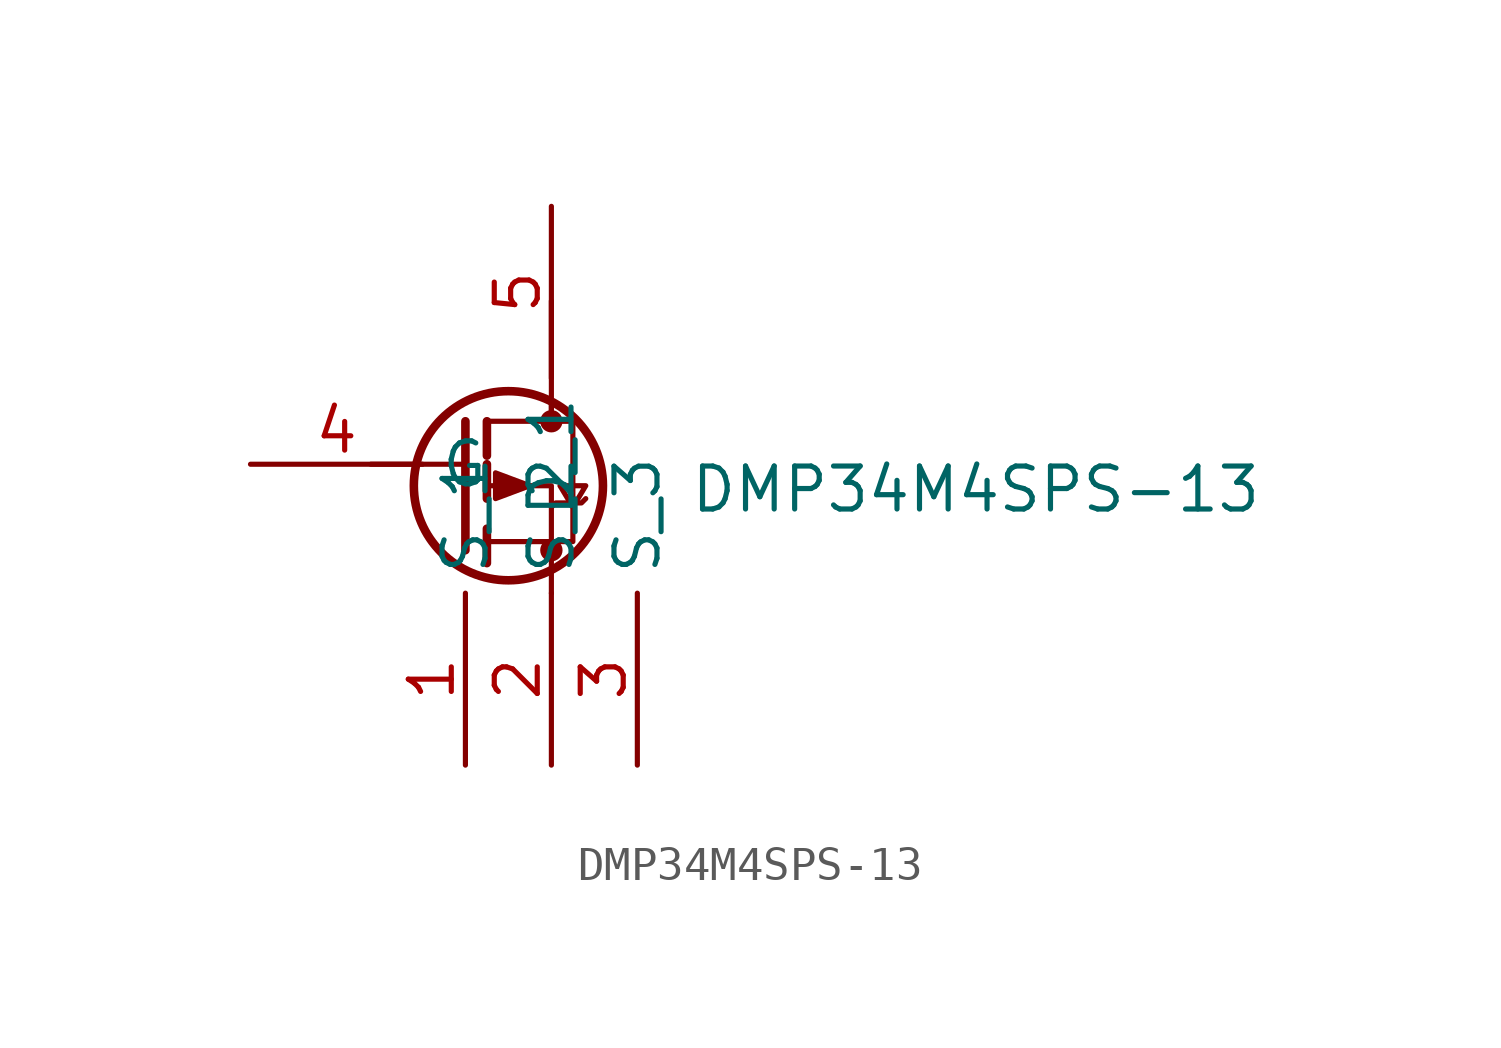
<source format=kicad_sym>
(kicad_symbol_lib
  (version 20241209)
  (generator "kicad_symbol_editor")
  (generator_version "9.0")
  (symbol "DMP34M4SPS-13"
    (property "Reference" "Q"
      (at 22.58 7.423 0)
      (effects (font (size 1.27 1.27)) (justify left top) (hide yes)))
    (property "Value" "DMP34M4SPS-13"
      (at 19.304 -6.35 0)
      (effects (font (size 1.27 1.27)) (justify left top)))
    (symbol "DMP34M4SPS-13_0_1"
      (polyline (pts (xy 12.7 -5.08) (xy 12.7 -8.89)) (stroke (width 0.254) (type default)) (fill (type none)))
      (polyline (pts (xy 12.7 -6.35) (xy 9.906 -6.35)) (stroke (width 0) (type default)) (fill (type none)))
      (polyline (pts (xy 13.335 -5.08) (xy 13.335 -6.096)) (stroke (width 0.254) (type default)) (fill (type none)))
      (polyline (pts (xy 13.335 -5.08) (xy 15.875 -5.08) (xy 15.875 -8.636) (xy 13.335 -8.636)) (stroke (width 0) (type default)) (fill (type none)))
      (polyline (pts (xy 13.335 -6.35) (xy 13.335 -7.366)) (stroke (width 0.254) (type default)) (fill (type none)))
      (polyline (pts (xy 13.335 -8.255) (xy 13.335 -9.271)) (stroke (width 0.254) (type default)) (fill (type none)))
      (circle (center 13.97 -6.985) (radius 2.794) (stroke (width 0.254) (type default)) (fill (type none)))
      (polyline (pts (xy 14.605 -6.985) (xy 13.589 -6.604) (xy 13.589 -7.366) (xy 14.605 -6.985)) (stroke (width 0) (type default)) (fill (type outline)))
      (polyline (pts (xy 15.24 -4.445) (xy 15.24 -5.207)) (stroke (width 0) (type default)) (fill (type none)))
      (polyline (pts (xy 15.24 -5.08) (xy 15.24 -1.524)) (stroke (width 0) (type default)) (fill (type none)))
      (circle (center 15.24 -5.08) (radius 0.254) (stroke (width 0) (type default)) (fill (type outline)))
      (polyline (pts (xy 15.24 -7.62) (xy 15.367 -7.493) (xy 16.129 -7.493) (xy 16.256 -7.366)) (stroke (width 0) (type default)) (fill (type none)))
      (circle (center 15.24 -8.89) (radius 0.254) (stroke (width 0) (type default)) (fill (type outline)))
      (polyline (pts (xy 15.24 -10.16) (xy 15.24 -6.985) (xy 13.462 -6.985)) (stroke (width 0) (type default)) (fill (type none)))
      (polyline (pts (xy 15.875 -7.62) (xy 15.494 -6.985) (xy 16.256 -6.985) (xy 15.875 -7.62)) (stroke (width 0) (type default)) (fill (type none))))
    (symbol "DMP34M4SPS-13_1_1"
      (pin passive line (at 6.35 -6.35 0) (length 5.08) (name "G" (effects (font (size 1.27 1.27)))) (number "4" (effects (font (size 1.27 1.27)))))
      (pin passive line (at 12.7 -15.24 90) (length 5.08) (name "S_1" (effects (font (size 1.27 1.27)))) (number "1" (effects (font (size 1.27 1.27)))))
      (pin passive line (at 15.24 1.27 270) (length 5.08) (name "D_1" (effects (font (size 1.27 1.27)))) (number "5" (effects (font (size 1.27 1.27)))))
      (pin passive line (at 15.24 -15.24 90) (length 5.08) (name "S_2" (effects (font (size 1.27 1.27)))) (number "2" (effects (font (size 1.27 1.27)))))
      (pin passive line (at 17.78 -15.24 90) (length 5.08) (name "S_3" (effects (font (size 1.27 1.27)))) (number "3" (effects (font (size 1.27 1.27))))))))
</source>
